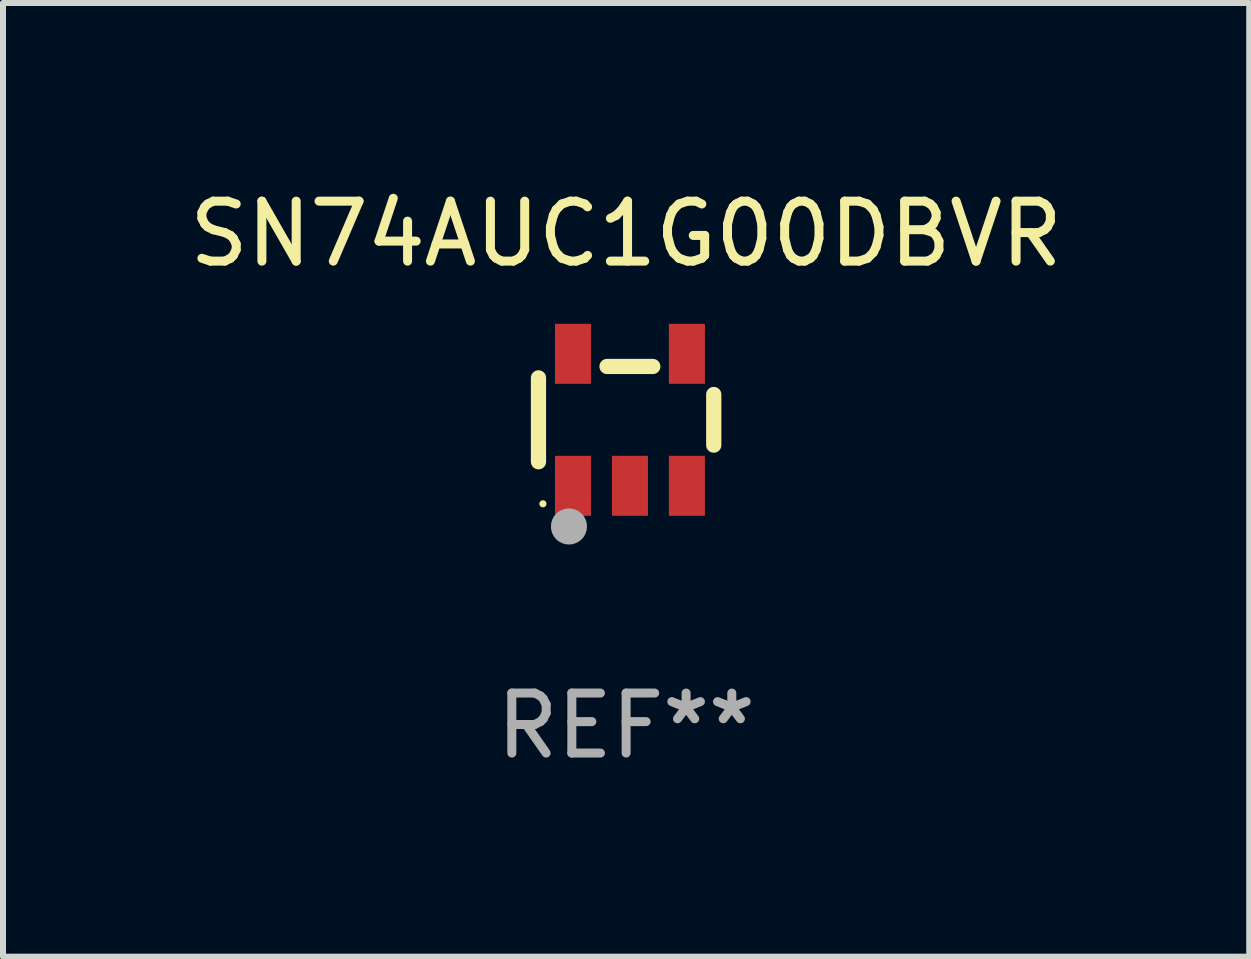
<source format=kicad_pcb>
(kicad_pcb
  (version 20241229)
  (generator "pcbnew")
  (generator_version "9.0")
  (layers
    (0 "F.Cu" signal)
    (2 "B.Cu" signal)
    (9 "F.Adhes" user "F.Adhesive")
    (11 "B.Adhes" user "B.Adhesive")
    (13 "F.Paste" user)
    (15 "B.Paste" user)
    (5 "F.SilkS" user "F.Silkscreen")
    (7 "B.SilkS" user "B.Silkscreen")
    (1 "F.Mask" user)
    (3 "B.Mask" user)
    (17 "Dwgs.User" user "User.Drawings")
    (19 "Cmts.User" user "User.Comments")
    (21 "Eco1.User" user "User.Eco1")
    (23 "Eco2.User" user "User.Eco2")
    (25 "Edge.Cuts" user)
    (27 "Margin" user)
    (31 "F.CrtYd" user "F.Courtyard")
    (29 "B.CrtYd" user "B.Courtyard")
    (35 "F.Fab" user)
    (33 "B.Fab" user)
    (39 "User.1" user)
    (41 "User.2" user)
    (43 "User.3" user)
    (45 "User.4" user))
  (footprint "SN74AUC1G00DBVR"
    (layer "F.Cu")
    (at 7.387 3.948)
    (property "Reference" "SN74AUC1G00DBVR" (at 0 -3.1 0) (layer "F.SilkS") (effects (font (size 1 1) (thickness 0.15))))
    (attr through_hole)
    (fp_line (start -1.461 -0.699) (end -1.461 0.699) (stroke (width 0.254) (type solid)) (layer "F.SilkS"))
    (fp_line (start -0.318 -0.889) (end 0.445 -0.889) (stroke (width 0.254) (type solid)) (layer "F.SilkS"))
    (fp_line (start 1.461 -0.422) (end 1.461 0.422) (stroke (width 0.254) (type solid)) (layer "F.SilkS"))
    (fp_circle (center -1.387 1.4) (end -1.357 1.4) (stroke (width 0.06) (type solid)) (fill no) (layer "F.SilkS"))
    (fp_circle (center -0.953 1.778) (end -0.802 1.778) (stroke (width 0.3) (type solid)) (fill no) (layer "F.Fab"))
    (fp_text user "REF**" (at 0 5.1 0) (layer "F.Fab") (effects (font (size 1 1) (thickness 0.15))))
    (pad "1" smd rect (at -0.886 1.1) (size 0.6 1) (layers "F.Cu" "F.Mask" "F.Paste"))
    (pad "2" smd rect (at 0.064 1.1) (size 0.6 1) (layers "F.Cu" "F.Mask" "F.Paste"))
    (pad "3" smd rect (at 1.013 1.1) (size 0.6 1) (layers "F.Cu" "F.Mask" "F.Paste"))
    (pad "4" smd rect (at 1.013 -1.1) (size 0.6 1) (layers "F.Cu" "F.Mask" "F.Paste"))
    (pad "5" smd rect (at -0.886 -1.1) (size 0.6 1) (layers "F.Cu" "F.Mask" "F.Paste")))
  (gr_rect
    (start -3 -3)
    (end 17.774 12.897)
    (stroke (width 0.1) (type default))
    (fill no)
    (layer "Edge.Cuts")))
</source>
